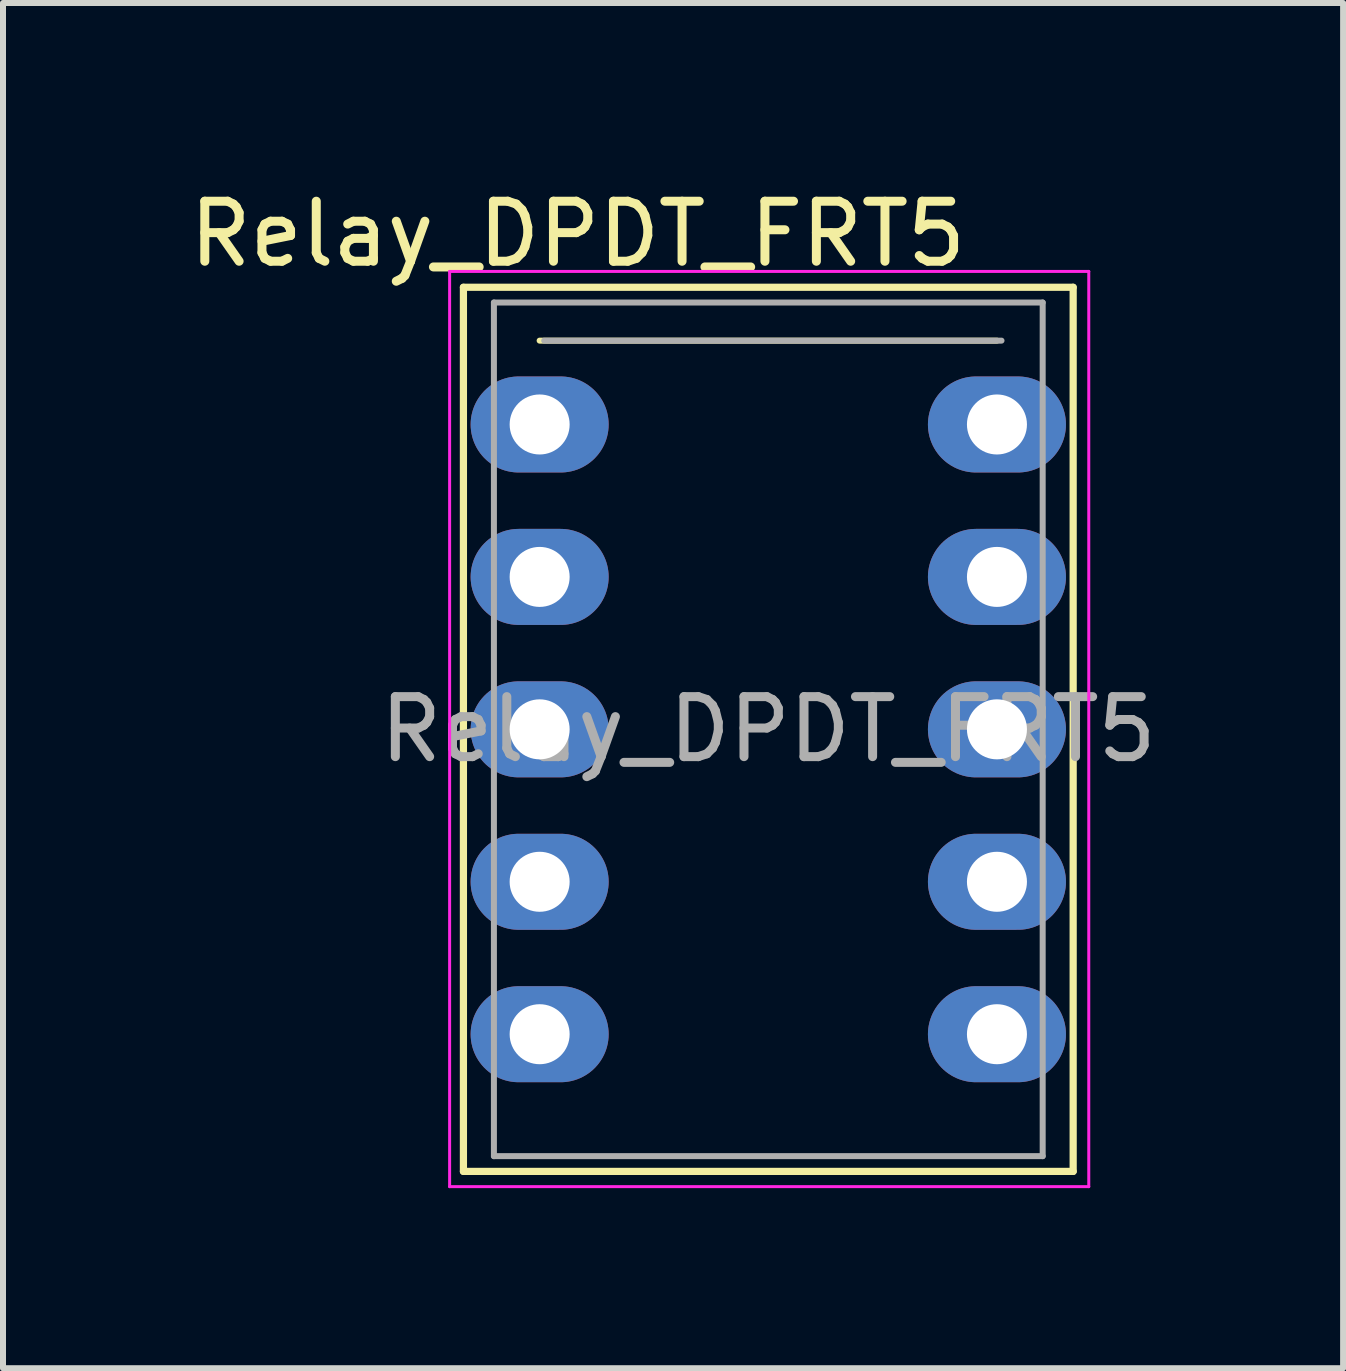
<source format=kicad_pcb>
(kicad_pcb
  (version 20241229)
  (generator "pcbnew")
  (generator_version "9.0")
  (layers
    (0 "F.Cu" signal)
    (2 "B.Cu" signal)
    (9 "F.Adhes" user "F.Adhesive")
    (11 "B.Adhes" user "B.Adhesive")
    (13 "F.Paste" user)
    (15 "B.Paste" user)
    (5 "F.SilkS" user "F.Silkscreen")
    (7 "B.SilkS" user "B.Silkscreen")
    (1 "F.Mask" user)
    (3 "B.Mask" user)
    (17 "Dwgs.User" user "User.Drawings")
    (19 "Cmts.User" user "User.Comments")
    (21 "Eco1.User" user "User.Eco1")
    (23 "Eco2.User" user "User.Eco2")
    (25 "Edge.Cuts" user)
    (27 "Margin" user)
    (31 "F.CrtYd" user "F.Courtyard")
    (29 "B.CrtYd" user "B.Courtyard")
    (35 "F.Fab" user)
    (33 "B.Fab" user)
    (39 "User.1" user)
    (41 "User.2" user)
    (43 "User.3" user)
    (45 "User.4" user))
  (footprint "Relay_DPDT_FRT5"
    (layer "F.Cu")
    (at 5.942 4.023)
    (property "Reference" "Relay_DPDT_FRT5" (at 0.635 -3.175 0) (layer "F.SilkS") (effects (font (size 1 1) (thickness 0.15))))
    (attr through_hole)
    (fp_line (start -1.27 -2.286) (end 8.89 -2.286) (stroke (width 0.12) (type solid)) (layer "F.SilkS"))
    (fp_line (start -1.27 12.446) (end -1.27 -2.286) (stroke (width 0.12) (type solid)) (layer "F.SilkS"))
    (fp_line (start 0 -1.397) (end 7.62 -1.397) (stroke (width 0.1) (type solid)) (layer "F.SilkS"))
    (fp_line (start 8.89 -2.286) (end 8.89 12.446) (stroke (width 0.12) (type solid)) (layer "F.SilkS"))
    (fp_line (start 8.89 12.446) (end -1.27 12.446) (stroke (width 0.12) (type solid)) (layer "F.SilkS"))
    (fp_line (start -1.5 -2.55) (end 9.15 -2.55) (stroke (width 0.05) (type solid)) (layer "F.CrtYd"))
    (fp_line (start -1.5 12.7) (end -1.5 -2.55) (stroke (width 0.05) (type solid)) (layer "F.CrtYd"))
    (fp_line (start 9.15 -2.55) (end 9.15 12.7) (stroke (width 0.05) (type solid)) (layer "F.CrtYd"))
    (fp_line (start 9.15 12.7) (end -1.5 12.7) (stroke (width 0.05) (type solid)) (layer "F.CrtYd"))
    (fp_line (start -0.762 -2.032) (end 8.382 -2.032) (stroke (width 0.1) (type solid)) (layer "F.Fab"))
    (fp_line (start -0.762 12.192) (end -0.762 -2.032) (stroke (width 0.1) (type solid)) (layer "F.Fab"))
    (fp_line (start 0.076 -1.397) (end 7.696 -1.397) (stroke (width 0.1) (type solid)) (layer "F.Fab"))
    (fp_line (start 8.382 -2.032) (end 8.382 12.192) (stroke (width 0.1) (type solid)) (layer "F.Fab"))
    (fp_line (start 8.382 12.192) (end -0.762 12.192) (stroke (width 0.1) (type solid)) (layer "F.Fab"))
    (fp_text user "${REFERENCE}" (at 3.81 5.08 0) (layer "F.Fab") (effects (font (size 1 1) (thickness 0.15))))
    (pad "1" thru_hole oval (at 0 0) (size 2.3 1.6) (drill 1) (layers "*.Cu" "*.Mask"))
    (pad "2" thru_hole oval (at 0 2.54) (size 2.3 1.6) (drill 1) (layers "*.Cu" "*.Mask"))
    (pad "3" thru_hole oval (at 0 5.08) (size 2.3 1.6) (drill 1) (layers "*.Cu" "*.Mask"))
    (pad "4" thru_hole oval (at 0 7.62) (size 2.3 1.6) (drill 1) (layers "*.Cu" "*.Mask"))
    (pad "5" thru_hole oval (at 0 10.16) (size 2.3 1.6) (drill 1) (layers "*.Cu" "*.Mask"))
    (pad "6" thru_hole oval (at 7.62 10.16) (size 2.3 1.6) (drill 1) (layers "*.Cu" "*.Mask"))
    (pad "7" thru_hole oval (at 7.62 7.62) (size 2.3 1.6) (drill 1) (layers "*.Cu" "*.Mask"))
    (pad "8" thru_hole oval (at 7.62 5.08) (size 2.3 1.6) (drill 1) (layers "*.Cu" "*.Mask"))
    (pad "9" thru_hole oval (at 7.62 2.54) (size 2.3 1.6) (drill 1) (layers "*.Cu" "*.Mask"))
    (pad "10" thru_hole oval (at 7.62 0) (size 2.3 1.6) (drill 1) (layers "*.Cu" "*.Mask")))
  (gr_rect
    (start -3 -3)
    (end 19.33 19.748)
    (stroke (width 0.1) (type default))
    (fill no)
    (layer "Edge.Cuts")))
</source>
